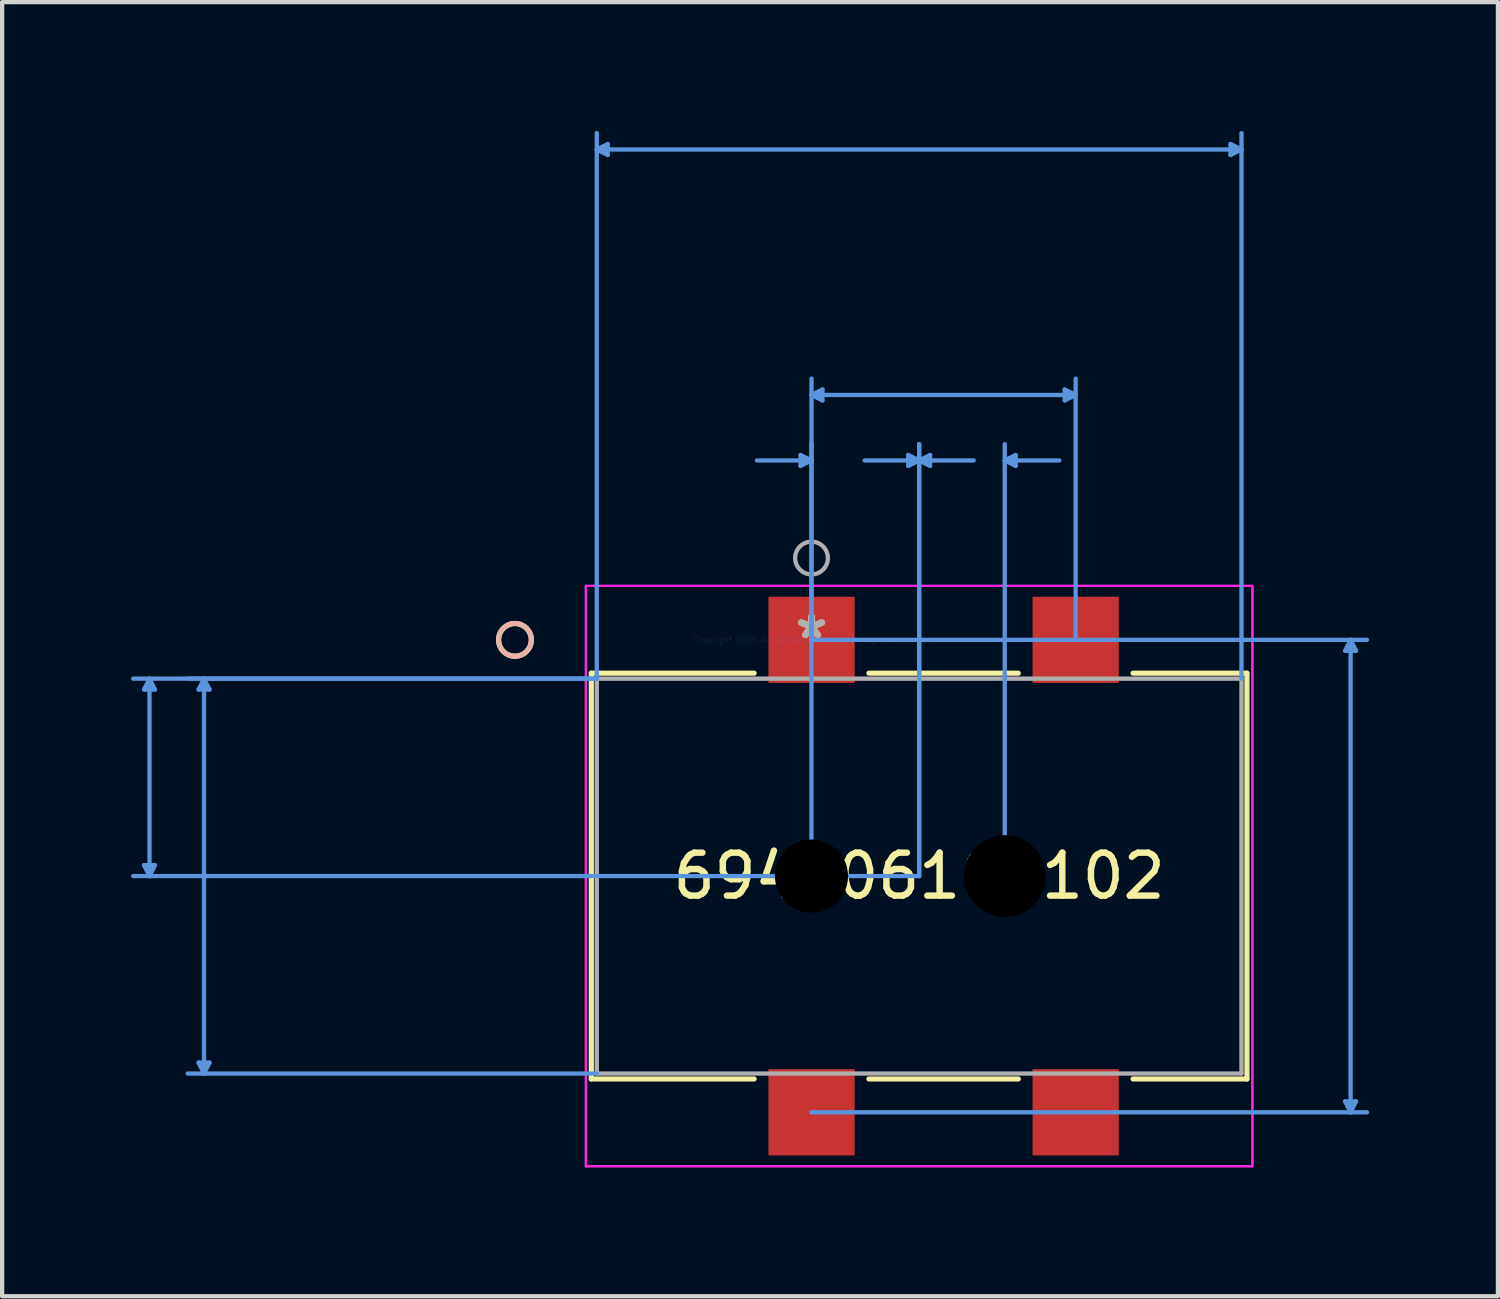
<source format=kicad_pcb>
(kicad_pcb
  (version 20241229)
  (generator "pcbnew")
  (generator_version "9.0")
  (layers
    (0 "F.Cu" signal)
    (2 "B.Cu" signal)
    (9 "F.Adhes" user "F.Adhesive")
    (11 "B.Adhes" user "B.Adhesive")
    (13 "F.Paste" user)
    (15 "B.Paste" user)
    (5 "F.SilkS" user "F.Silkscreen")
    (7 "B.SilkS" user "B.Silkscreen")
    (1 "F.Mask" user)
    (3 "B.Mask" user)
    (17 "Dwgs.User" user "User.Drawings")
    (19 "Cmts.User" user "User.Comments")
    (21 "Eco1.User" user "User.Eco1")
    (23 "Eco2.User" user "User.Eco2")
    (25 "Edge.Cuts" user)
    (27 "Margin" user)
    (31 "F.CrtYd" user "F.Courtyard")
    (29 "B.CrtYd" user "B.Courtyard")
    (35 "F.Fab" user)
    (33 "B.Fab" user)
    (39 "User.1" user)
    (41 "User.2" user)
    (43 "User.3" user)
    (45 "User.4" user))
  (footprint "694106106102"
    (layer "F.Cu")
    (at 15.845 11.848)
    (property "Reference" "694106106102" (at 2.506 5.5 0) (layer "F.SilkS") (effects (font (size 1 1) (thickness 0.15))))
    (attr through_hole)
    (fp_line (start -5.127 0.776) (end -5.127 10.224) (stroke (width 0.12) (type solid)) (layer "F.SilkS"))
    (fp_line (start -5.127 10.224) (end -1.336 10.224) (stroke (width 0.12) (type solid)) (layer "F.SilkS"))
    (fp_line (start -1.336 0.776) (end -5.127 0.776) (stroke (width 0.12) (type solid)) (layer "F.SilkS"))
    (fp_line (start 1.336 10.224) (end 4.814 10.224) (stroke (width 0.12) (type solid)) (layer "F.SilkS"))
    (fp_line (start 4.814 0.776) (end 1.336 0.776) (stroke (width 0.12) (type solid)) (layer "F.SilkS"))
    (fp_line (start 7.486 10.224) (end 10.138 10.224) (stroke (width 0.12) (type solid)) (layer "F.SilkS"))
    (fp_line (start 10.138 0.776) (end 7.486 0.776) (stroke (width 0.12) (type solid)) (layer "F.SilkS"))
    (fp_line (start 10.138 10.224) (end 10.138 0.776) (stroke (width 0.12) (type solid)) (layer "F.SilkS"))
    (fp_circle (center -6.905 0) (end -6.524 0) (stroke (width 0.12) (type solid)) (fill no) (layer "F.SilkS"))
    (fp_circle (center -6.905 0) (end -6.524 0) (stroke (width 0.12) (type solid)) (fill no) (layer "B.SilkS"))
    (fp_line (start -15.541 1.157) (end -15.287 1.157) (stroke (width 0.1) (type solid)) (layer "Cmts.User"))
    (fp_line (start -15.541 5.246) (end -15.287 5.246) (stroke (width 0.1) (type solid)) (layer "Cmts.User"))
    (fp_line (start -15.414 0.903) (end -15.541 1.157) (stroke (width 0.1) (type solid)) (layer "Cmts.User"))
    (fp_line (start -15.414 0.903) (end -15.414 5.5) (stroke (width 0.1) (type solid)) (layer "Cmts.User"))
    (fp_line (start -15.414 0.903) (end -15.287 1.157) (stroke (width 0.1) (type solid)) (layer "Cmts.User"))
    (fp_line (start -15.414 5.5) (end -15.541 5.246) (stroke (width 0.1) (type solid)) (layer "Cmts.User"))
    (fp_line (start -15.414 5.5) (end -15.287 5.246) (stroke (width 0.1) (type solid)) (layer "Cmts.User"))
    (fp_line (start -14.271 1.157) (end -14.017 1.157) (stroke (width 0.1) (type solid)) (layer "Cmts.User"))
    (fp_line (start -14.271 9.843) (end -14.017 9.843) (stroke (width 0.1) (type solid)) (layer "Cmts.User"))
    (fp_line (start -14.144 0.903) (end -14.271 1.157) (stroke (width 0.1) (type solid)) (layer "Cmts.User"))
    (fp_line (start -14.144 0.903) (end -14.144 10.097) (stroke (width 0.1) (type solid)) (layer "Cmts.User"))
    (fp_line (start -14.144 0.903) (end -14.017 1.157) (stroke (width 0.1) (type solid)) (layer "Cmts.User"))
    (fp_line (start -14.144 10.097) (end -14.271 9.843) (stroke (width 0.1) (type solid)) (layer "Cmts.User"))
    (fp_line (start -14.144 10.097) (end -14.017 9.843) (stroke (width 0.1) (type solid)) (layer "Cmts.User"))
    (fp_line (start -5 -11.417) (end -4.746 -11.544) (stroke (width 0.1) (type solid)) (layer "Cmts.User"))
    (fp_line (start -5 -11.417) (end -4.746 -11.29) (stroke (width 0.1) (type solid)) (layer "Cmts.User"))
    (fp_line (start -5 -11.417) (end 10.011 -11.417) (stroke (width 0.1) (type solid)) (layer "Cmts.User"))
    (fp_line (start -5 0.903) (end -15.795 0.903) (stroke (width 0.1) (type solid)) (layer "Cmts.User"))
    (fp_line (start -5 0.903) (end -14.525 0.903) (stroke (width 0.1) (type solid)) (layer "Cmts.User"))
    (fp_line (start -5 0.903) (end -5 -11.798) (stroke (width 0.1) (type solid)) (layer "Cmts.User"))
    (fp_line (start -5 10.097) (end -14.525 10.097) (stroke (width 0.1) (type solid)) (layer "Cmts.User"))
    (fp_line (start -4.746 -11.544) (end -4.746 -11.29) (stroke (width 0.1) (type solid)) (layer "Cmts.User"))
    (fp_line (start -0.255 -4.304) (end -0.255 -4.05) (stroke (width 0.1) (type solid)) (layer "Cmts.User"))
    (fp_line (start -0.001 -4.177) (end -1.271 -4.177) (stroke (width 0.1) (type solid)) (layer "Cmts.User"))
    (fp_line (start -0.001 -4.177) (end -0.255 -4.304) (stroke (width 0.1) (type solid)) (layer "Cmts.User"))
    (fp_line (start -0.001 -4.177) (end -0.255 -4.05) (stroke (width 0.1) (type solid)) (layer "Cmts.User"))
    (fp_line (start -0.001 5.5) (end -0.001 -4.558) (stroke (width 0.1) (type solid)) (layer "Cmts.User"))
    (fp_line (start 0 -5.702) (end 0.254 -5.829) (stroke (width 0.1) (type solid)) (layer "Cmts.User"))
    (fp_line (start 0 -5.702) (end 0.254 -5.575) (stroke (width 0.1) (type solid)) (layer "Cmts.User"))
    (fp_line (start 0 -5.702) (end 6.15 -5.702) (stroke (width 0.1) (type solid)) (layer "Cmts.User"))
    (fp_line (start 0 0) (end 0 -6.083) (stroke (width 0.1) (type solid)) (layer "Cmts.User"))
    (fp_line (start 0 0) (end 12.932 0) (stroke (width 0.1) (type solid)) (layer "Cmts.User"))
    (fp_line (start 0 11) (end 12.932 11) (stroke (width 0.1) (type solid)) (layer "Cmts.User"))
    (fp_line (start 0.254 -5.829) (end 0.254 -5.575) (stroke (width 0.1) (type solid)) (layer "Cmts.User"))
    (fp_line (start 2.252 -4.304) (end 2.252 -4.05) (stroke (width 0.1) (type solid)) (layer "Cmts.User"))
    (fp_line (start 2.506 -4.177) (end 1.236 -4.177) (stroke (width 0.1) (type solid)) (layer "Cmts.User"))
    (fp_line (start 2.506 -4.177) (end 2.252 -4.304) (stroke (width 0.1) (type solid)) (layer "Cmts.User"))
    (fp_line (start 2.506 -4.177) (end 2.252 -4.05) (stroke (width 0.1) (type solid)) (layer "Cmts.User"))
    (fp_line (start 2.506 -4.177) (end 2.76 -4.304) (stroke (width 0.1) (type solid)) (layer "Cmts.User"))
    (fp_line (start 2.506 -4.177) (end 2.76 -4.05) (stroke (width 0.1) (type solid)) (layer "Cmts.User"))
    (fp_line (start 2.506 -4.177) (end 3.776 -4.177) (stroke (width 0.1) (type solid)) (layer "Cmts.User"))
    (fp_line (start 2.506 5.5) (end -15.795 5.5) (stroke (width 0.1) (type solid)) (layer "Cmts.User"))
    (fp_line (start 2.506 5.5) (end 2.506 -4.558) (stroke (width 0.1) (type solid)) (layer "Cmts.User"))
    (fp_line (start 2.506 5.5) (end 2.506 -4.558) (stroke (width 0.1) (type solid)) (layer "Cmts.User"))
    (fp_line (start 2.76 -4.304) (end 2.76 -4.05) (stroke (width 0.1) (type solid)) (layer "Cmts.User"))
    (fp_line (start 4.499 -4.177) (end 4.753 -4.304) (stroke (width 0.1) (type solid)) (layer "Cmts.User"))
    (fp_line (start 4.499 -4.177) (end 4.753 -4.05) (stroke (width 0.1) (type solid)) (layer "Cmts.User"))
    (fp_line (start 4.499 -4.177) (end 5.769 -4.177) (stroke (width 0.1) (type solid)) (layer "Cmts.User"))
    (fp_line (start 4.499 5.5) (end 4.499 -4.558) (stroke (width 0.1) (type solid)) (layer "Cmts.User"))
    (fp_line (start 4.753 -4.304) (end 4.753 -4.05) (stroke (width 0.1) (type solid)) (layer "Cmts.User"))
    (fp_line (start 5.896 -5.829) (end 5.896 -5.575) (stroke (width 0.1) (type solid)) (layer "Cmts.User"))
    (fp_line (start 6.15 -5.702) (end 5.896 -5.829) (stroke (width 0.1) (type solid)) (layer "Cmts.User"))
    (fp_line (start 6.15 -5.702) (end 5.896 -5.575) (stroke (width 0.1) (type solid)) (layer "Cmts.User"))
    (fp_line (start 6.15 0) (end 6.15 -6.083) (stroke (width 0.1) (type solid)) (layer "Cmts.User"))
    (fp_line (start 9.757 -11.544) (end 9.757 -11.29) (stroke (width 0.1) (type solid)) (layer "Cmts.User"))
    (fp_line (start 10.011 -11.417) (end 9.757 -11.544) (stroke (width 0.1) (type solid)) (layer "Cmts.User"))
    (fp_line (start 10.011 -11.417) (end 9.757 -11.29) (stroke (width 0.1) (type solid)) (layer "Cmts.User"))
    (fp_line (start 10.011 0.903) (end 10.011 -11.798) (stroke (width 0.1) (type solid)) (layer "Cmts.User"))
    (fp_line (start 12.424 0.254) (end 12.678 0.254) (stroke (width 0.1) (type solid)) (layer "Cmts.User"))
    (fp_line (start 12.424 10.746) (end 12.678 10.746) (stroke (width 0.1) (type solid)) (layer "Cmts.User"))
    (fp_line (start 12.551 0) (end 12.424 0.254) (stroke (width 0.1) (type solid)) (layer "Cmts.User"))
    (fp_line (start 12.551 0) (end 12.551 11) (stroke (width 0.1) (type solid)) (layer "Cmts.User"))
    (fp_line (start 12.551 0) (end 12.678 0.254) (stroke (width 0.1) (type solid)) (layer "Cmts.User"))
    (fp_line (start 12.551 11) (end 12.424 10.746) (stroke (width 0.1) (type solid)) (layer "Cmts.User"))
    (fp_line (start 12.551 11) (end 12.678 10.746) (stroke (width 0.1) (type solid)) (layer "Cmts.User"))
    (fp_line (start -5.254 -1.257) (end -5.254 12.257) (stroke (width 0.05) (type solid)) (layer "F.CrtYd"))
    (fp_line (start -5.254 -1.257) (end -5.254 12.257) (stroke (width 0.05) (type solid)) (layer "F.CrtYd"))
    (fp_line (start -5.254 12.257) (end 10.265 12.257) (stroke (width 0.05) (type solid)) (layer "F.CrtYd"))
    (fp_line (start -5.254 12.257) (end 10.265 12.257) (stroke (width 0.05) (type solid)) (layer "F.CrtYd"))
    (fp_line (start 10.265 -1.257) (end -5.254 -1.257) (stroke (width 0.05) (type solid)) (layer "F.CrtYd"))
    (fp_line (start 10.265 -1.257) (end -5.254 -1.257) (stroke (width 0.05) (type solid)) (layer "F.CrtYd"))
    (fp_line (start 10.265 12.257) (end 10.265 -1.257) (stroke (width 0.05) (type solid)) (layer "F.CrtYd"))
    (fp_line (start 10.265 12.257) (end 10.265 -1.257) (stroke (width 0.05) (type solid)) (layer "F.CrtYd"))
    (fp_line (start -5 0.903) (end -5 10.097) (stroke (width 0.1) (type solid)) (layer "F.Fab"))
    (fp_line (start -5 10.097) (end 10.011 10.097) (stroke (width 0.1) (type solid)) (layer "F.Fab"))
    (fp_line (start 10.011 0.903) (end -5 0.903) (stroke (width 0.1) (type solid)) (layer "F.Fab"))
    (fp_line (start 10.011 10.097) (end 10.011 0.903) (stroke (width 0.1) (type solid)) (layer "F.Fab"))
    (fp_circle (center 0 -1.905) (end 0.381 -1.905) (stroke (width 0.1) (type solid)) (fill no) (layer "F.Fab"))
    (fp_text user "*" (at 0 0 0) (layer "F.SilkS") (effects (font (size 1 1) (thickness 0.15))))
    (fp_text user "Copyright 2021 Accelerated Designs. All rights reserved." (at 0 0 0) (layer "Cmts.User") (effects (font (size 0.127 0.127) (thickness 0.002))))
    (fp_text user "*" (at 0 0 0) (layer "F.Fab") (effects (font (size 1 1) (thickness 0.15))))
    (pad "" np_thru_hole circle (at -0.001 5.5) (size 2.21 2.21) (drill 1.702) (layers))
    (pad "" np_thru_hole circle (at 4.499 5.5) (size 2.413 2.413) (drill 1.905) (layers))
    (pad "1" smd rect (at 0 0) (size 2.007 2.007) (layers "F.Cu" "F.Mask" "F.Paste"))
    (pad "1" smd rect (at 6.15 0) (size 2.007 2.007) (layers "F.Cu" "F.Mask" "F.Paste"))
    (pad "2" smd rect (at 0 11) (size 2.007 2.007) (layers "F.Cu" "F.Mask" "F.Paste"))
    (pad "3" smd rect (at 6.15 11) (size 2.007 2.007) (layers "F.Cu" "F.Mask" "F.Paste")))
  (gr_rect
    (start -3 -3)
    (end 31.827 27.131)
    (stroke (width 0.1) (type default))
    (fill no)
    (layer "Edge.Cuts")))
</source>
